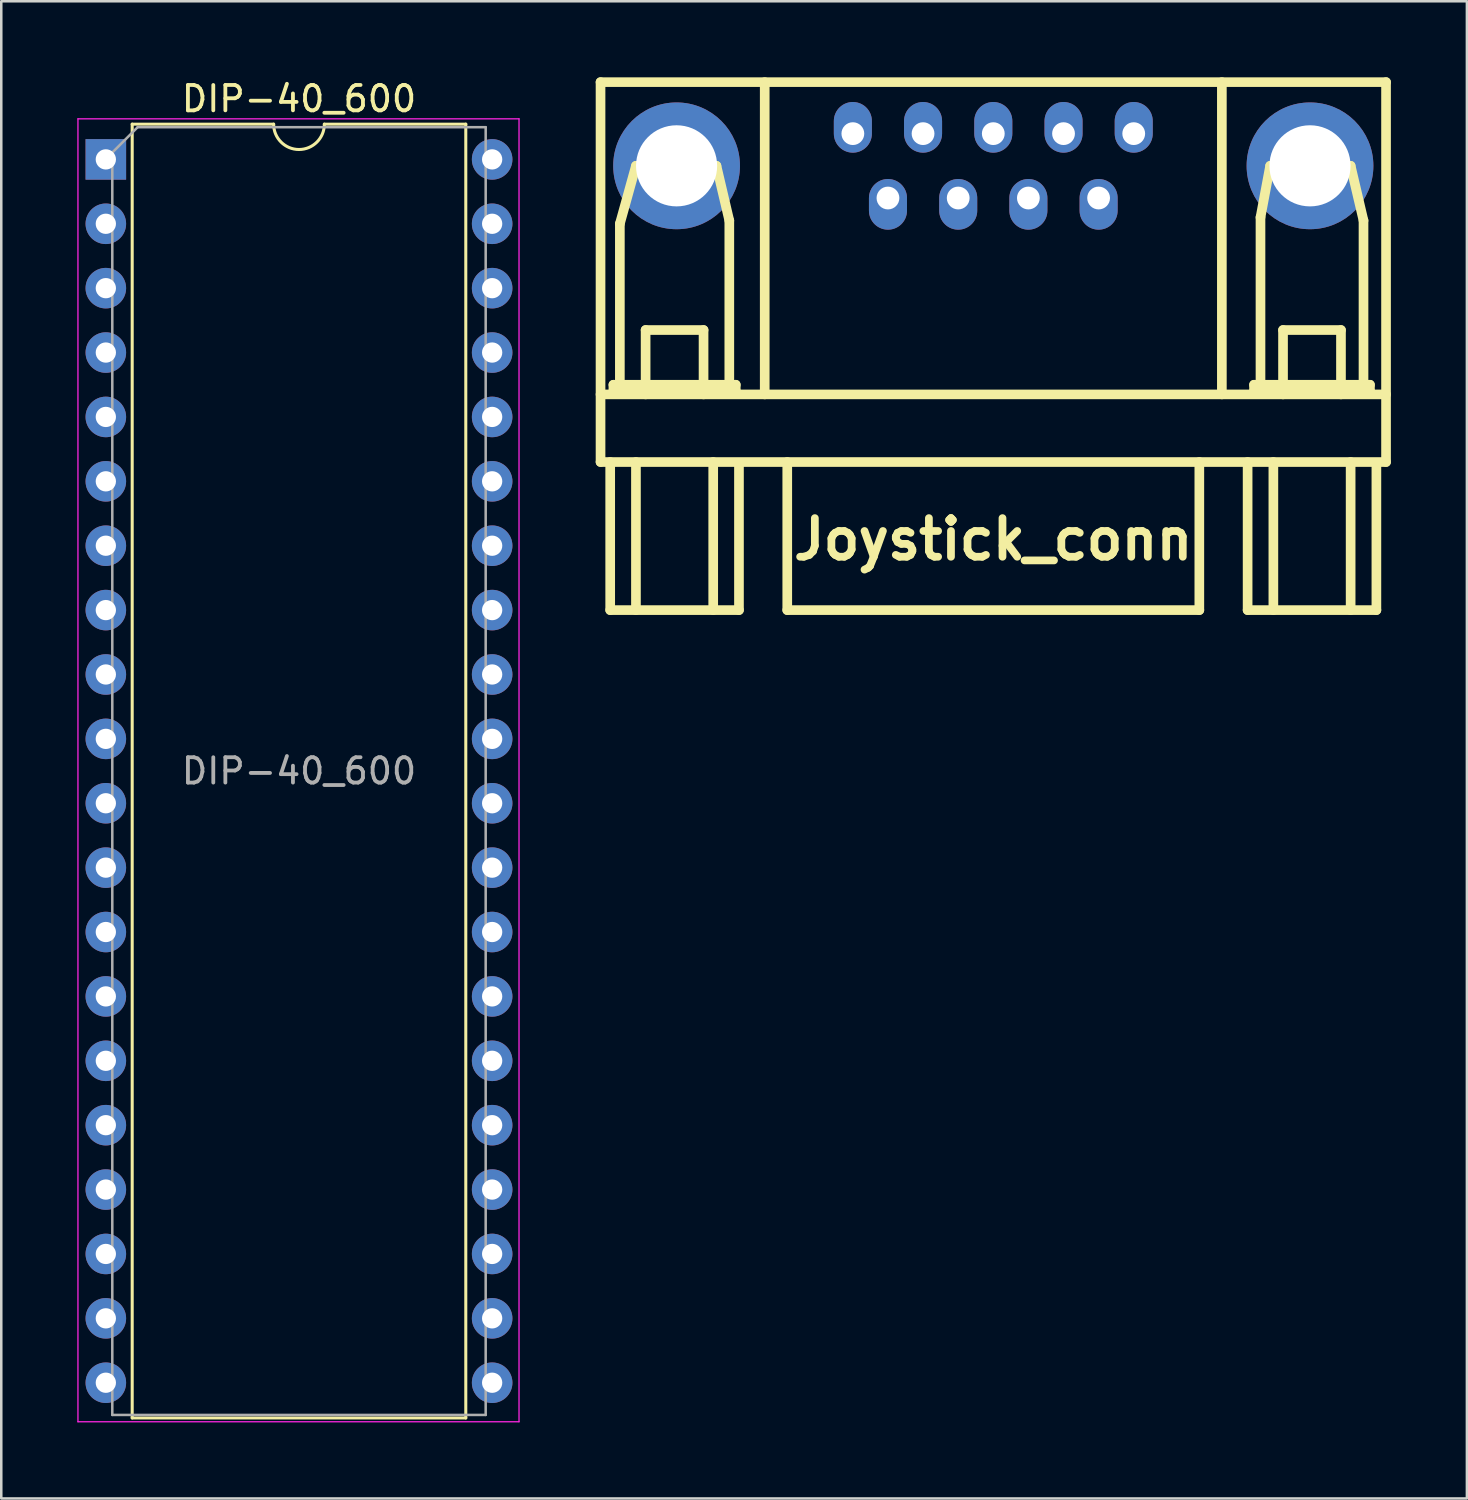
<source format=kicad_pcb>
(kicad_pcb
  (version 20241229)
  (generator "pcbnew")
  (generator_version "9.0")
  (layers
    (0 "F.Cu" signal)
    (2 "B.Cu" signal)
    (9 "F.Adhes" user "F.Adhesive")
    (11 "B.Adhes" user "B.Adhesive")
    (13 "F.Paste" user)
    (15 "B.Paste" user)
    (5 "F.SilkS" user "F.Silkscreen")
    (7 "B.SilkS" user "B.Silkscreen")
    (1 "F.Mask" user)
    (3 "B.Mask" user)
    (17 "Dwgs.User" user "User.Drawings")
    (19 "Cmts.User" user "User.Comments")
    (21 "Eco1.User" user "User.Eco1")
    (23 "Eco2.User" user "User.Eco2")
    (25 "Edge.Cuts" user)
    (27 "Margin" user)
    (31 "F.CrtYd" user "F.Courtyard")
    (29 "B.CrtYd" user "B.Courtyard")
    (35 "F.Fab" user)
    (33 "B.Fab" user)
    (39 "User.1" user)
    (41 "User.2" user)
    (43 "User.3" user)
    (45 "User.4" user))
  (footprint "Joystick_conn"
    (layer "F.Cu")
    (at 36.135 10.604)
    (property "Reference" "Joystick_conn" (at 0 7.62 0) (layer "F.SilkS") (effects (font (size 1.524 1.524) (thickness 0.305))))
    (attr through_hole)
    (fp_line (start -15.494 -10.414) (end -15.494 4.572) (stroke (width 0.381) (type solid)) (layer "F.SilkS"))
    (fp_line (start -15.494 1.905) (end 15.494 1.905) (stroke (width 0.381) (type solid)) (layer "F.SilkS"))
    (fp_line (start -15.494 4.572) (end 15.494 4.572) (stroke (width 0.381) (type solid)) (layer "F.SilkS"))
    (fp_line (start -15.113 4.572) (end -15.113 10.414) (stroke (width 0.381) (type solid)) (layer "F.SilkS"))
    (fp_line (start -15.113 10.414) (end -10.033 10.414) (stroke (width 0.381) (type solid)) (layer "F.SilkS"))
    (fp_line (start -14.986 1.524) (end -14.986 1.778) (stroke (width 0.381) (type solid)) (layer "F.SilkS"))
    (fp_line (start -14.986 1.778) (end -10.16 1.778) (stroke (width 0.381) (type solid)) (layer "F.SilkS"))
    (fp_line (start -14.732 -4.826) (end -14.097 -7.112) (stroke (width 0.381) (type solid)) (layer "F.SilkS"))
    (fp_line (start -14.732 1.524) (end -14.732 -4.826) (stroke (width 0.381) (type solid)) (layer "F.SilkS"))
    (fp_line (start -14.097 -7.112) (end -10.922 -7.112) (stroke (width 0.381) (type solid)) (layer "F.SilkS"))
    (fp_line (start -14.097 4.572) (end -14.097 10.414) (stroke (width 0.381) (type solid)) (layer "F.SilkS"))
    (fp_line (start -13.716 -0.635) (end -11.43 -0.635) (stroke (width 0.381) (type solid)) (layer "F.SilkS"))
    (fp_line (start -13.716 1.905) (end -13.716 -0.635) (stroke (width 0.381) (type solid)) (layer "F.SilkS"))
    (fp_line (start -11.43 -0.635) (end -11.43 1.905) (stroke (width 0.381) (type solid)) (layer "F.SilkS"))
    (fp_line (start -11.049 4.572) (end -11.049 10.414) (stroke (width 0.381) (type solid)) (layer "F.SilkS"))
    (fp_line (start -10.922 -7.112) (end -10.414 -4.953) (stroke (width 0.381) (type solid)) (layer "F.SilkS"))
    (fp_line (start -10.414 -4.953) (end -10.414 1.524) (stroke (width 0.381) (type solid)) (layer "F.SilkS"))
    (fp_line (start -10.16 1.524) (end -14.986 1.524) (stroke (width 0.381) (type solid)) (layer "F.SilkS"))
    (fp_line (start -10.16 1.778) (end -10.16 1.524) (stroke (width 0.381) (type solid)) (layer "F.SilkS"))
    (fp_line (start -10.033 10.414) (end -10.033 4.699) (stroke (width 0.381) (type solid)) (layer "F.SilkS"))
    (fp_line (start -9.017 1.905) (end -9.017 -10.414) (stroke (width 0.381) (type solid)) (layer "F.SilkS"))
    (fp_line (start -8.128 4.572) (end -8.128 10.414) (stroke (width 0.381) (type solid)) (layer "F.SilkS"))
    (fp_line (start -8.128 10.414) (end 8.128 10.414) (stroke (width 0.381) (type solid)) (layer "F.SilkS"))
    (fp_line (start 8.128 10.414) (end 8.128 4.572) (stroke (width 0.381) (type solid)) (layer "F.SilkS"))
    (fp_line (start 9.017 1.905) (end 9.017 -10.414) (stroke (width 0.381) (type solid)) (layer "F.SilkS"))
    (fp_line (start 10.033 4.572) (end 10.033 10.414) (stroke (width 0.381) (type solid)) (layer "F.SilkS"))
    (fp_line (start 10.033 10.414) (end 15.113 10.414) (stroke (width 0.381) (type solid)) (layer "F.SilkS"))
    (fp_line (start 10.287 1.524) (end 10.287 1.778) (stroke (width 0.381) (type solid)) (layer "F.SilkS"))
    (fp_line (start 10.287 1.778) (end 14.859 1.778) (stroke (width 0.381) (type solid)) (layer "F.SilkS"))
    (fp_line (start 10.541 -5.08) (end 10.922 -7.112) (stroke (width 0.381) (type solid)) (layer "F.SilkS"))
    (fp_line (start 10.541 1.524) (end 10.541 -5.08) (stroke (width 0.381) (type solid)) (layer "F.SilkS"))
    (fp_line (start 10.922 -7.112) (end 14.097 -7.112) (stroke (width 0.381) (type solid)) (layer "F.SilkS"))
    (fp_line (start 11.049 4.572) (end 11.049 10.414) (stroke (width 0.381) (type solid)) (layer "F.SilkS"))
    (fp_line (start 11.43 -0.635) (end 13.716 -0.635) (stroke (width 0.381) (type solid)) (layer "F.SilkS"))
    (fp_line (start 11.43 1.905) (end 11.43 -0.635) (stroke (width 0.381) (type solid)) (layer "F.SilkS"))
    (fp_line (start 13.716 -0.635) (end 13.716 1.905) (stroke (width 0.381) (type solid)) (layer "F.SilkS"))
    (fp_line (start 14.097 -7.112) (end 14.605 -4.953) (stroke (width 0.381) (type solid)) (layer "F.SilkS"))
    (fp_line (start 14.097 4.572) (end 14.097 10.414) (stroke (width 0.381) (type solid)) (layer "F.SilkS"))
    (fp_line (start 14.605 -4.953) (end 14.605 1.524) (stroke (width 0.381) (type solid)) (layer "F.SilkS"))
    (fp_line (start 14.859 1.524) (end 10.287 1.524) (stroke (width 0.381) (type solid)) (layer "F.SilkS"))
    (fp_line (start 14.859 1.778) (end 14.859 1.524) (stroke (width 0.381) (type solid)) (layer "F.SilkS"))
    (fp_line (start 15.113 10.414) (end 15.113 4.699) (stroke (width 0.381) (type solid)) (layer "F.SilkS"))
    (fp_line (start 15.494 -10.414) (end -15.494 -10.414) (stroke (width 0.381) (type solid)) (layer "F.SilkS"))
    (fp_line (start 15.494 4.572) (end 15.494 -10.414) (stroke (width 0.381) (type solid)) (layer "F.SilkS"))
    (pad "" thru_hole circle (at -12.494 -7.112) (size 5.001 5.001) (drill 3.2) (layers "*.Cu" "*.Mask"))
    (pad "" thru_hole circle (at 12.494 -7.112) (size 5.001 5.001) (drill 3.2) (layers "*.Cu" "*.Mask"))
    (pad "1" thru_hole oval (at -5.54 -8.382) (size 1.501 1.999) (drill 0.899 (offset 0 -0.249)) (layers "*.Cu" "*.Mask"))
    (pad "2" thru_hole oval (at -2.771 -8.382) (size 1.501 1.999) (drill 0.899 (offset 0 -0.249)) (layers "*.Cu" "*.Mask"))
    (pad "3" thru_hole oval (at 0 -8.382) (size 1.501 1.999) (drill 0.899 (offset 0 -0.249)) (layers "*.Cu" "*.Mask"))
    (pad "4" thru_hole oval (at 2.771 -8.382) (size 1.501 1.999) (drill 0.899 (offset 0 -0.249)) (layers "*.Cu" "*.Mask"))
    (pad "5" thru_hole oval (at 5.54 -8.382) (size 1.501 1.999) (drill 0.899 (offset 0 -0.249)) (layers "*.Cu" "*.Mask"))
    (pad "6" thru_hole oval (at -4.155 -5.842) (size 1.501 1.999) (drill 0.899 (offset 0 0.249)) (layers "*.Cu" "*.Mask"))
    (pad "7" thru_hole oval (at -1.384 -5.842) (size 1.501 1.999) (drill 0.899 (offset 0 0.249)) (layers "*.Cu" "*.Mask"))
    (pad "8" thru_hole oval (at 1.384 -5.842) (size 1.501 1.999) (drill 0.899 (offset 0 0.249)) (layers "*.Cu" "*.Mask"))
    (pad "9" thru_hole oval (at 4.155 -5.842) (size 1.501 1.999) (drill 0.899 (offset 0 0.249)) (layers "*.Cu" "*.Mask")))
  (footprint "DIP-40_600"
    (layer "F.Cu")
    (at 1.125 3.238)
    (property "Reference" "DIP-40_600" (at 7.62 -2.39 0) (layer "F.SilkS") (effects (font (size 1 1) (thickness 0.15))))
    (attr through_hole)
    (fp_line (start 1.04 -1.39) (end 1.04 49.65) (stroke (width 0.12) (type solid)) (layer "F.SilkS"))
    (fp_line (start 1.04 49.65) (end 14.2 49.65) (stroke (width 0.12) (type solid)) (layer "F.SilkS"))
    (fp_line (start 6.62 -1.39) (end 1.04 -1.39) (stroke (width 0.12) (type solid)) (layer "F.SilkS"))
    (fp_line (start 14.2 -1.39) (end 8.62 -1.39) (stroke (width 0.12) (type solid)) (layer "F.SilkS"))
    (fp_line (start 14.2 49.65) (end 14.2 -1.39) (stroke (width 0.12) (type solid)) (layer "F.SilkS"))
    (fp_arc (start 8.62 -1.39) (mid 7.62 -0.39) (end 6.62 -1.39) (stroke (width 0.12) (type solid)) (layer "F.SilkS"))
    (fp_line (start -1.1 -1.6) (end -1.1 49.8) (stroke (width 0.05) (type solid)) (layer "F.CrtYd"))
    (fp_line (start -1.1 49.8) (end 16.3 49.8) (stroke (width 0.05) (type solid)) (layer "F.CrtYd"))
    (fp_line (start 16.3 -1.6) (end -1.1 -1.6) (stroke (width 0.05) (type solid)) (layer "F.CrtYd"))
    (fp_line (start 16.3 49.8) (end 16.3 -1.6) (stroke (width 0.05) (type solid)) (layer "F.CrtYd"))
    (fp_line (start 0.255 -0.27) (end 1.255 -1.27) (stroke (width 0.1) (type solid)) (layer "F.Fab"))
    (fp_line (start 0.255 49.53) (end 0.255 -0.27) (stroke (width 0.1) (type solid)) (layer "F.Fab"))
    (fp_line (start 1.255 -1.27) (end 14.985 -1.27) (stroke (width 0.1) (type solid)) (layer "F.Fab"))
    (fp_line (start 14.985 -1.27) (end 14.985 49.53) (stroke (width 0.1) (type solid)) (layer "F.Fab"))
    (fp_line (start 14.985 49.53) (end 0.255 49.53) (stroke (width 0.1) (type solid)) (layer "F.Fab"))
    (fp_text user "${REFERENCE}" (at 7.62 24.13 0) (layer "F.Fab") (effects (font (size 1 1) (thickness 0.15))))
    (pad "1" thru_hole rect (at 0 0) (size 1.6 1.6) (drill 0.8) (layers "*.Cu" "*.Mask"))
    (pad "2" thru_hole oval (at 0 2.54) (size 1.6 1.6) (drill 0.8) (layers "*.Cu" "*.Mask"))
    (pad "3" thru_hole oval (at 0 5.08) (size 1.6 1.6) (drill 0.8) (layers "*.Cu" "*.Mask"))
    (pad "4" thru_hole oval (at 0 7.62) (size 1.6 1.6) (drill 0.8) (layers "*.Cu" "*.Mask"))
    (pad "5" thru_hole oval (at 0 10.16) (size 1.6 1.6) (drill 0.8) (layers "*.Cu" "*.Mask"))
    (pad "6" thru_hole oval (at 0 12.7) (size 1.6 1.6) (drill 0.8) (layers "*.Cu" "*.Mask"))
    (pad "7" thru_hole oval (at 0 15.24) (size 1.6 1.6) (drill 0.8) (layers "*.Cu" "*.Mask"))
    (pad "8" thru_hole oval (at 0 17.78) (size 1.6 1.6) (drill 0.8) (layers "*.Cu" "*.Mask"))
    (pad "9" thru_hole oval (at 0 20.32) (size 1.6 1.6) (drill 0.8) (layers "*.Cu" "*.Mask"))
    (pad "10" thru_hole oval (at 0 22.86) (size 1.6 1.6) (drill 0.8) (layers "*.Cu" "*.Mask"))
    (pad "11" thru_hole oval (at 0 25.4) (size 1.6 1.6) (drill 0.8) (layers "*.Cu" "*.Mask"))
    (pad "12" thru_hole oval (at 0 27.94) (size 1.6 1.6) (drill 0.8) (layers "*.Cu" "*.Mask"))
    (pad "13" thru_hole oval (at 0 30.48) (size 1.6 1.6) (drill 0.8) (layers "*.Cu" "*.Mask"))
    (pad "14" thru_hole oval (at 0 33.02) (size 1.6 1.6) (drill 0.8) (layers "*.Cu" "*.Mask"))
    (pad "15" thru_hole oval (at 0 35.56) (size 1.6 1.6) (drill 0.8) (layers "*.Cu" "*.Mask"))
    (pad "16" thru_hole oval (at 0 38.1) (size 1.6 1.6) (drill 0.8) (layers "*.Cu" "*.Mask"))
    (pad "17" thru_hole oval (at 0 40.64) (size 1.6 1.6) (drill 0.8) (layers "*.Cu" "*.Mask"))
    (pad "18" thru_hole oval (at 0 43.18) (size 1.6 1.6) (drill 0.8) (layers "*.Cu" "*.Mask"))
    (pad "19" thru_hole oval (at 0 45.72) (size 1.6 1.6) (drill 0.8) (layers "*.Cu" "*.Mask"))
    (pad "20" thru_hole oval (at 0 48.26) (size 1.6 1.6) (drill 0.8) (layers "*.Cu" "*.Mask"))
    (pad "21" thru_hole oval (at 15.24 48.26) (size 1.6 1.6) (drill 0.8) (layers "*.Cu" "*.Mask"))
    (pad "22" thru_hole oval (at 15.24 45.72) (size 1.6 1.6) (drill 0.8) (layers "*.Cu" "*.Mask"))
    (pad "23" thru_hole oval (at 15.24 43.18) (size 1.6 1.6) (drill 0.8) (layers "*.Cu" "*.Mask"))
    (pad "24" thru_hole oval (at 15.24 40.64) (size 1.6 1.6) (drill 0.8) (layers "*.Cu" "*.Mask"))
    (pad "25" thru_hole oval (at 15.24 38.1) (size 1.6 1.6) (drill 0.8) (layers "*.Cu" "*.Mask"))
    (pad "26" thru_hole oval (at 15.24 35.56) (size 1.6 1.6) (drill 0.8) (layers "*.Cu" "*.Mask"))
    (pad "27" thru_hole oval (at 15.24 33.02) (size 1.6 1.6) (drill 0.8) (layers "*.Cu" "*.Mask"))
    (pad "28" thru_hole oval (at 15.24 30.48) (size 1.6 1.6) (drill 0.8) (layers "*.Cu" "*.Mask"))
    (pad "29" thru_hole oval (at 15.24 27.94) (size 1.6 1.6) (drill 0.8) (layers "*.Cu" "*.Mask"))
    (pad "30" thru_hole oval (at 15.24 25.4) (size 1.6 1.6) (drill 0.8) (layers "*.Cu" "*.Mask"))
    (pad "31" thru_hole oval (at 15.24 22.86) (size 1.6 1.6) (drill 0.8) (layers "*.Cu" "*.Mask"))
    (pad "32" thru_hole oval (at 15.24 20.32) (size 1.6 1.6) (drill 0.8) (layers "*.Cu" "*.Mask"))
    (pad "33" thru_hole oval (at 15.24 17.78) (size 1.6 1.6) (drill 0.8) (layers "*.Cu" "*.Mask"))
    (pad "34" thru_hole oval (at 15.24 15.24) (size 1.6 1.6) (drill 0.8) (layers "*.Cu" "*.Mask"))
    (pad "35" thru_hole oval (at 15.24 12.7) (size 1.6 1.6) (drill 0.8) (layers "*.Cu" "*.Mask"))
    (pad "36" thru_hole oval (at 15.24 10.16) (size 1.6 1.6) (drill 0.8) (layers "*.Cu" "*.Mask"))
    (pad "37" thru_hole oval (at 15.24 7.62) (size 1.6 1.6) (drill 0.8) (layers "*.Cu" "*.Mask"))
    (pad "38" thru_hole oval (at 15.24 5.08) (size 1.6 1.6) (drill 0.8) (layers "*.Cu" "*.Mask"))
    (pad "39" thru_hole oval (at 15.24 2.54) (size 1.6 1.6) (drill 0.8) (layers "*.Cu" "*.Mask"))
    (pad "40" thru_hole oval (at 15.24 0) (size 1.6 1.6) (drill 0.8) (layers "*.Cu" "*.Mask")))
  (gr_rect
    (start -3 -3)
    (end 54.819 56.063)
    (stroke (width 0.1) (type default))
    (fill no)
    (layer "Edge.Cuts")))
</source>
